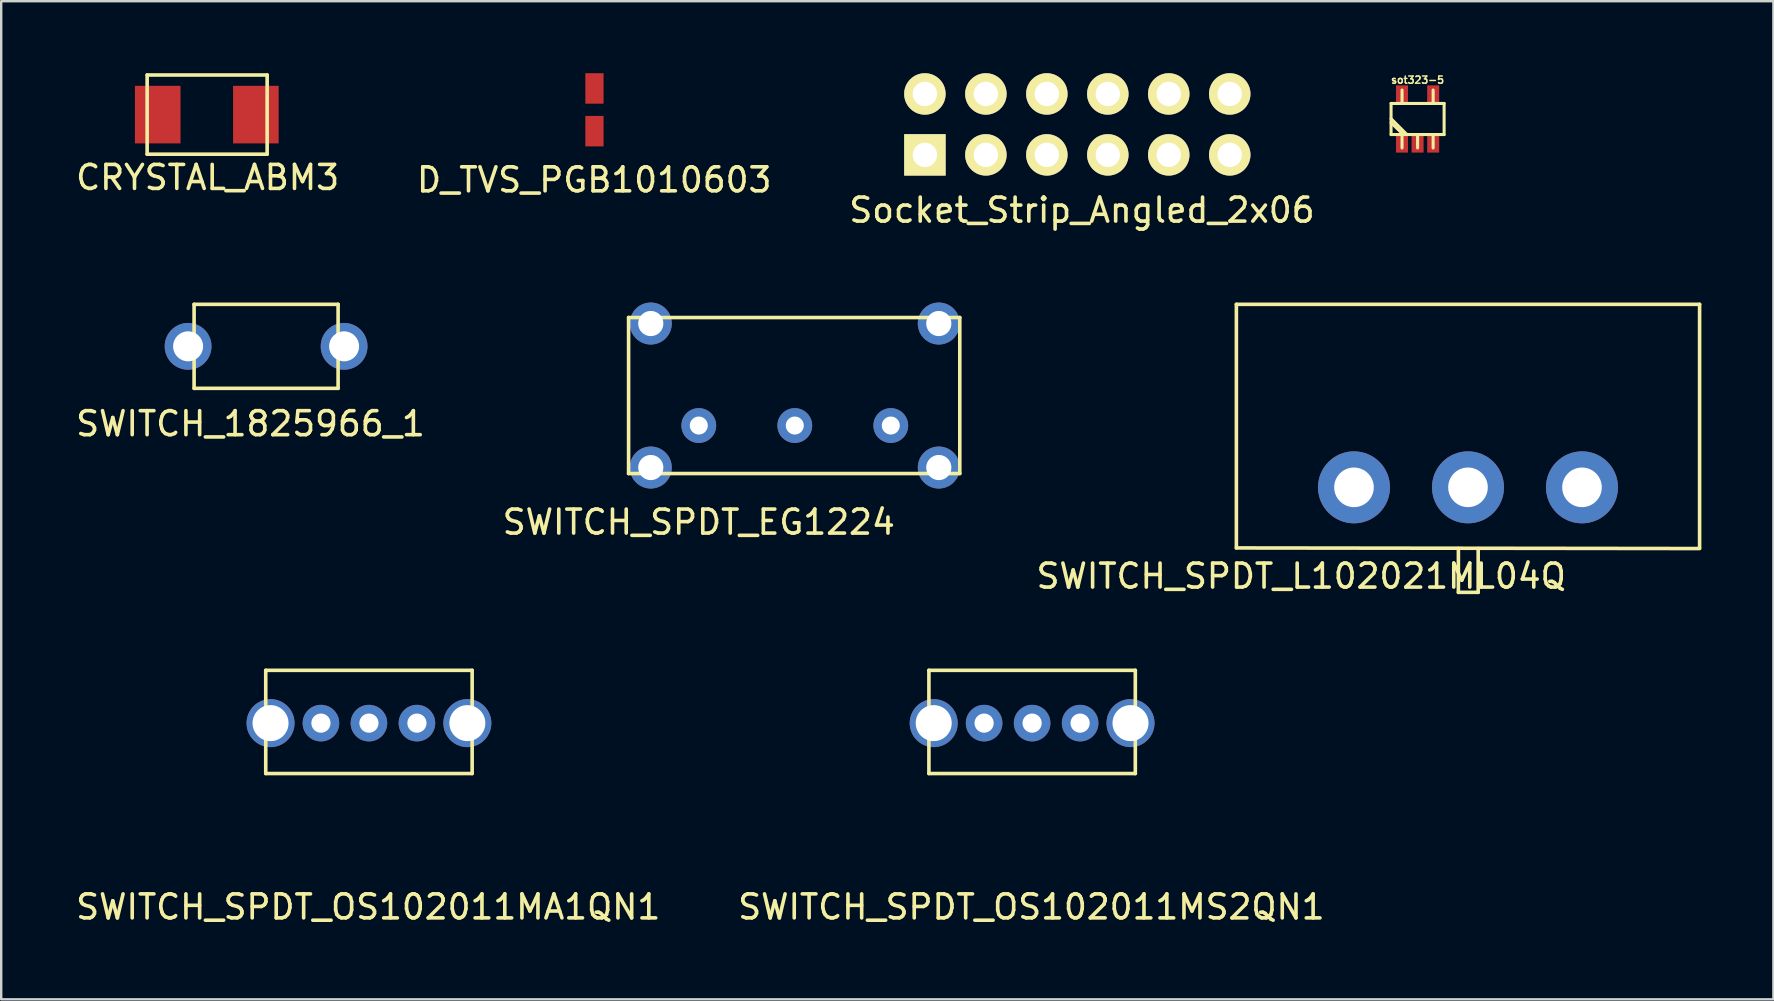
<source format=kicad_pcb>
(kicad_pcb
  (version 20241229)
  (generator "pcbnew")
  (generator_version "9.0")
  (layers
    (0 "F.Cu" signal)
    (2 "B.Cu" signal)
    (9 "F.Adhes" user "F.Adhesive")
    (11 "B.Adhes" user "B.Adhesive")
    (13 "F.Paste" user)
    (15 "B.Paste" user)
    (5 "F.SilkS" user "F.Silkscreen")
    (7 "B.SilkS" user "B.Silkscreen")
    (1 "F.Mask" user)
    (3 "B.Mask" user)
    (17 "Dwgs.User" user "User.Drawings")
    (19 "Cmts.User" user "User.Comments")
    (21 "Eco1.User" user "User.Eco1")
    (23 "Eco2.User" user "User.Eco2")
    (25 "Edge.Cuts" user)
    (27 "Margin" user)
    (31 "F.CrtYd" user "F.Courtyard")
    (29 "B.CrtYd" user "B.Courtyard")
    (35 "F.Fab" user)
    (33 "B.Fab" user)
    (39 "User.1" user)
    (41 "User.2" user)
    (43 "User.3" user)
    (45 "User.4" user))
  (footprint "sot323-5"
    (layer "F.Cu")
    (at 56.014 1.908)
    (property "Reference" "sot323-5" (at 0 -1.626 0) (layer "F.SilkS") (effects (font (size 0.3 0.3) (thickness 0.061))))
    (attr through_hole)
    (fp_line (start -1.105 -0.648) (end 1.105 -0.648) (stroke (width 0.127) (type solid)) (layer "F.SilkS"))
    (fp_line (start -1.105 0.648) (end -1.105 -0.648) (stroke (width 0.127) (type solid)) (layer "F.SilkS"))
    (fp_line (start -0.648 -0.648) (end -0.648 -1.206) (stroke (width 0.127) (type solid)) (layer "F.SilkS"))
    (fp_line (start -0.648 0.648) (end -0.648 1.206) (stroke (width 0.127) (type solid)) (layer "F.SilkS"))
    (fp_line (start -0.597 0.648) (end -1.105 0.152) (stroke (width 0.127) (type solid)) (layer "F.SilkS"))
    (fp_line (start -0.445 0.648) (end -1.105 -0.013) (stroke (width 0.127) (type solid)) (layer "F.SilkS"))
    (fp_line (start 0 0.648) (end 0 1.206) (stroke (width 0.127) (type solid)) (layer "F.SilkS"))
    (fp_line (start 0.648 -0.648) (end 0.648 -1.206) (stroke (width 0.127) (type solid)) (layer "F.SilkS"))
    (fp_line (start 0.648 0.648) (end 0.648 1.206) (stroke (width 0.127) (type solid)) (layer "F.SilkS"))
    (fp_line (start 1.105 -0.648) (end 1.105 0.648) (stroke (width 0.127) (type solid)) (layer "F.SilkS"))
    (fp_line (start 1.105 0.648) (end -1.105 0.648) (stroke (width 0.127) (type solid)) (layer "F.SilkS"))
    (pad "1" smd rect (at -0.65 1) (size 0.5 0.8) (layers "F.Cu" "F.Mask" "F.Paste"))
    (pad "2" smd rect (at 0 1) (size 0.5 0.8) (layers "F.Cu" "F.Mask" "F.Paste"))
    (pad "3" smd rect (at 0.65 1) (size 0.5 0.8) (layers "F.Cu" "F.Mask" "F.Paste"))
    (pad "4" smd rect (at 0.65 -1) (size 0.5 0.8) (layers "F.Cu" "F.Mask" "F.Paste"))
    (pad "5" smd rect (at -0.65 -1) (size 0.5 0.8) (layers "F.Cu" "F.Mask" "F.Paste")))
  (footprint "SWITCH_SPDT_OS102011MA1QN1"
    (layer "F.Cu")
    (at 12.322 27.079)
    (property "Reference" "SWITCH_SPDT_OS102011MA1QN1" (at -0.03 7.66 0) (layer "F.SilkS") (effects (font (size 1 1) (thickness 0.15))))
    (attr through_hole)
    (fp_line (start -4.3 -2.2) (end 4.3 -2.2) (stroke (width 0.15) (type solid)) (layer "F.SilkS"))
    (fp_line (start -4.3 2.1) (end -4.3 -2.2) (stroke (width 0.15) (type solid)) (layer "F.SilkS"))
    (fp_line (start 4.3 -2.2) (end 4.3 2.1) (stroke (width 0.15) (type solid)) (layer "F.SilkS"))
    (fp_line (start 4.3 2.1) (end -4.3 2.1) (stroke (width 0.15) (type solid)) (layer "F.SilkS"))
    (pad "1" thru_hole circle (at -2 0) (size 1.524 1.524) (drill 0.8) (layers "*.Cu" "*.Mask"))
    (pad "2" thru_hole circle (at 0 0) (size 1.524 1.524) (drill 0.8) (layers "*.Cu" "*.Mask"))
    (pad "3" thru_hole circle (at 2 0) (size 1.524 1.524) (drill 0.8) (layers "*.Cu" "*.Mask"))
    (pad "~" thru_hole circle (at -4.1 0) (size 2 2) (drill 1.5) (layers "*.Cu" "*.Mask"))
    (pad "~" thru_hole circle (at 4.1 0) (size 2 2) (drill 1.5) (layers "*.Cu" "*.Mask")))
  (footprint "Socket_Strip_Angled_2x06"
    (layer "F.Cu")
    (at 35.49 3.407)
    (property "Reference" "Socket_Strip_Angled_2x06" (at 6.54 2.3 0) (layer "F.SilkS") (effects (font (size 1 1) (thickness 0.15))))
    (attr through_hole)
    (pad "1" thru_hole rect (at -0.004 -0.004 180) (size 1.727 1.727) (drill 1.016) (layers "*.Cu" "*.Mask" "F.SilkS"))
    (pad "2" thru_hole oval (at 2.537 -0.004 180) (size 1.727 1.727) (drill 1.016) (layers "*.Cu" "*.Mask" "F.SilkS"))
    (pad "3" thru_hole oval (at 5.077 -0.004 180) (size 1.727 1.727) (drill 1.016) (layers "*.Cu" "*.Mask" "F.SilkS"))
    (pad "4" thru_hole oval (at 7.617 -0.004 180) (size 1.727 1.727) (drill 1.016) (layers "*.Cu" "*.Mask" "F.SilkS"))
    (pad "5" thru_hole oval (at 10.156 -0.004 180) (size 1.727 1.727) (drill 1.016) (layers "*.Cu" "*.Mask" "F.SilkS"))
    (pad "6" thru_hole circle (at 12.697 -0.004 180) (size 1.727 1.727) (drill 1.016) (layers "*.Cu" "*.Mask" "F.SilkS"))
    (pad "7" thru_hole oval (at -0.004 -2.543 180) (size 1.727 1.727) (drill 1.016) (layers "*.Cu" "*.Mask" "F.SilkS"))
    (pad "8" thru_hole oval (at 2.537 -2.543 180) (size 1.727 1.727) (drill 1.016) (layers "*.Cu" "*.Mask" "F.SilkS"))
    (pad "9" thru_hole oval (at 5.077 -2.543 180) (size 1.727 1.727) (drill 1.016) (layers "*.Cu" "*.Mask" "F.SilkS"))
    (pad "10" thru_hole oval (at 7.617 -2.543 180) (size 1.727 1.727) (drill 1.016) (layers "*.Cu" "*.Mask" "F.SilkS"))
    (pad "11" thru_hole oval (at 10.156 -2.543 180) (size 1.727 1.727) (drill 1.016) (layers "*.Cu" "*.Mask" "F.SilkS"))
    (pad "12" thru_hole oval (at 12.697 -2.543 180) (size 1.727 1.727) (drill 1.016) (layers "*.Cu" "*.Mask" "F.SilkS")))
  (footprint "D_TVS_PGB1010603"
    (layer "F.Cu")
    (at 21.718 1.535)
    (property "Reference" "D_TVS_PGB1010603" (at -0.01 2.91 0) (layer "F.SilkS") (effects (font (size 1 1) (thickness 0.15))))
    (attr through_hole)
    (pad "1" smd rect (at 0 0.88) (size 0.76 1.27) (layers "F.Cu" "F.Mask" "F.Paste"))
    (pad "2" smd rect (at 0 -0.9) (size 0.76 1.27) (layers "F.Cu" "F.Mask" "F.Paste")))
  (footprint "SWITCH_1825966_1"
    (layer "F.Cu")
    (at 4.787 11.38)
    (property "Reference" "SWITCH_1825966_1" (at 2.6 3.225 0) (layer "F.SilkS") (effects (font (size 1 1) (thickness 0.15))))
    (attr through_hole)
    (fp_line (start 0.25 -1.75) (end 6.25 -1.75) (stroke (width 0.15) (type solid)) (layer "F.SilkS"))
    (fp_line (start 0.25 1.75) (end 0.25 -1.75) (stroke (width 0.15) (type solid)) (layer "F.SilkS"))
    (fp_line (start 6.25 -1.75) (end 6.25 1.75) (stroke (width 0.15) (type solid)) (layer "F.SilkS"))
    (fp_line (start 6.25 1.75) (end 0.25 1.75) (stroke (width 0.15) (type solid)) (layer "F.SilkS"))
    (pad "1" thru_hole circle (at 0 0) (size 1.95 1.95) (drill 1.25) (layers "*.Cu" "*.Mask"))
    (pad "2" thru_hole circle (at 6.5 0) (size 1.95 1.95) (drill 1.25) (layers "*.Cu" "*.Mask")))
  (footprint "SWITCH_SPDT_EG1224"
    (layer "F.Cu")
    (at 26.065 14.68)
    (property "Reference" "SWITCH_SPDT_EG1224" (at 0 4.025 0) (layer "F.SilkS") (effects (font (size 1 1) (thickness 0.15))))
    (attr through_hole)
    (fp_line (start -2.925 -4.5) (end 10.875 -4.5) (stroke (width 0.15) (type solid)) (layer "F.SilkS"))
    (fp_line (start -2.925 2) (end -2.925 -4.5) (stroke (width 0.15) (type solid)) (layer "F.SilkS"))
    (fp_line (start 10.875 -4.5) (end 10.875 2) (stroke (width 0.15) (type solid)) (layer "F.SilkS"))
    (fp_line (start 10.875 2) (end -2.925 2) (stroke (width 0.15) (type solid)) (layer "F.SilkS"))
    (pad "1" thru_hole circle (at 0 0) (size 1.45 1.45) (drill 0.75) (layers "*.Cu" "*.Mask"))
    (pad "2" thru_hole circle (at 4 0) (size 1.45 1.45) (drill 0.75) (layers "*.Cu" "*.Mask"))
    (pad "3" thru_hole circle (at 8 0) (size 1.45 1.45) (drill 0.75) (layers "*.Cu" "*.Mask"))
    (pad "~" thru_hole circle (at -2 -4.25) (size 1.75 1.75) (drill 1.05) (layers "*.Cu" "*.Mask"))
    (pad "~" thru_hole circle (at -2 1.75) (size 1.75 1.75) (drill 1.05) (layers "*.Cu" "*.Mask"))
    (pad "~" thru_hole circle (at 10 -4.25) (size 1.75 1.75) (drill 1.05) (layers "*.Cu" "*.Mask"))
    (pad "~" thru_hole circle (at 10 1.75) (size 1.75 1.75) (drill 1.05) (layers "*.Cu" "*.Mask")))
  (footprint "SWITCH_SPDT_OS102011MS2QN1"
    (layer "F.Cu")
    (at 39.953 27.079)
    (property "Reference" "SWITCH_SPDT_OS102011MS2QN1" (at -0.03 7.66 0) (layer "F.SilkS") (effects (font (size 1 1) (thickness 0.15))))
    (attr through_hole)
    (fp_line (start -4.3 -2.2) (end 4.3 -2.2) (stroke (width 0.15) (type solid)) (layer "F.SilkS"))
    (fp_line (start -4.3 2.1) (end -4.3 -2.2) (stroke (width 0.15) (type solid)) (layer "F.SilkS"))
    (fp_line (start 4.3 -2.2) (end 4.3 2.1) (stroke (width 0.15) (type solid)) (layer "F.SilkS"))
    (fp_line (start 4.3 2.1) (end -4.3 2.1) (stroke (width 0.15) (type solid)) (layer "F.SilkS"))
    (pad "1" thru_hole circle (at -2 0) (size 1.524 1.524) (drill 0.8) (layers "*.Cu" "*.Mask"))
    (pad "2" thru_hole circle (at 0 0) (size 1.524 1.524) (drill 0.8) (layers "*.Cu" "*.Mask"))
    (pad "3" thru_hole circle (at 2 0) (size 1.524 1.524) (drill 0.8) (layers "*.Cu" "*.Mask"))
    (pad "~" thru_hole circle (at -4.1 0) (size 2 2) (drill 1.5) (layers "*.Cu" "*.Mask"))
    (pad "~" thru_hole circle (at 4.1 0) (size 2 2) (drill 1.5) (layers "*.Cu" "*.Mask")))
  (footprint "CRYSTAL_ABM3"
    (layer "F.Cu")
    (at 5.581 1.775)
    (property "Reference" "CRYSTAL_ABM3" (at 0.02 2.57 0) (layer "F.SilkS") (effects (font (size 1 1) (thickness 0.15))))
    (attr through_hole)
    (fp_line (start -2.5 -1.7) (end 2.5 -1.7) (stroke (width 0.15) (type solid)) (layer "F.SilkS"))
    (fp_line (start -2.5 1.6) (end -2.5 -1.7) (stroke (width 0.15) (type solid)) (layer "F.SilkS"))
    (fp_line (start 2.5 -1.7) (end 2.5 1.6) (stroke (width 0.15) (type solid)) (layer "F.SilkS"))
    (fp_line (start 2.5 1.6) (end -2.5 1.6) (stroke (width 0.15) (type solid)) (layer "F.SilkS"))
    (pad "1" smd rect (at -2.06 -0.05) (size 1.9 2.4) (layers "F.Cu" "F.Mask" "F.Paste"))
    (pad "2" smd rect (at 2.03 -0.05) (size 1.9 2.4) (layers "F.Cu" "F.Mask" "F.Paste")))
  (footprint "SWITCH_SPDT_L102021ML04Q"
    (layer "F.Cu")
    (at 58.114 17.255)
    (property "Reference" "SWITCH_SPDT_L102021ML04Q" (at -6.95 3.7 0) (layer "F.SilkS") (effects (font (size 1 1) (thickness 0.15))))
    (attr through_hole)
    (fp_line (start -9.65 2.525) (end -9.65 -7.625) (stroke (width 0.15) (type solid)) (layer "F.SilkS"))
    (fp_line (start -9.65 2.525) (end 9.65 2.55) (stroke (width 0.15) (type solid)) (layer "F.SilkS"))
    (fp_line (start -0.4 4.375) (end -0.4 2.55) (stroke (width 0.15) (type solid)) (layer "F.SilkS"))
    (fp_line (start -0.4 4.375) (end 0.425 4.375) (stroke (width 0.15) (type solid)) (layer "F.SilkS"))
    (fp_line (start 0.425 4.375) (end 0.425 2.55) (stroke (width 0.15) (type solid)) (layer "F.SilkS"))
    (fp_line (start 9.65 -7.625) (end -9.65 -7.625) (stroke (width 0.15) (type solid)) (layer "F.SilkS"))
    (fp_line (start 9.65 2.525) (end 9.65 -7.625) (stroke (width 0.15) (type solid)) (layer "F.SilkS"))
    (pad "1" thru_hole circle (at 4.75 0) (size 3 3) (drill 1.65) (layers "*.Cu" "*.Mask"))
    (pad "2" thru_hole circle (at 0 0) (size 3 3) (drill 1.65) (layers "*.Cu" "*.Mask"))
    (pad "3" thru_hole circle (at -4.75 0) (size 3 3) (drill 1.65) (layers "*.Cu" "*.Mask")))
  (gr_rect
    (start -3 -3)
    (end 70.839 38.587)
    (stroke (width 0.1) (type default))
    (fill no)
    (layer "Edge.Cuts")))
</source>
